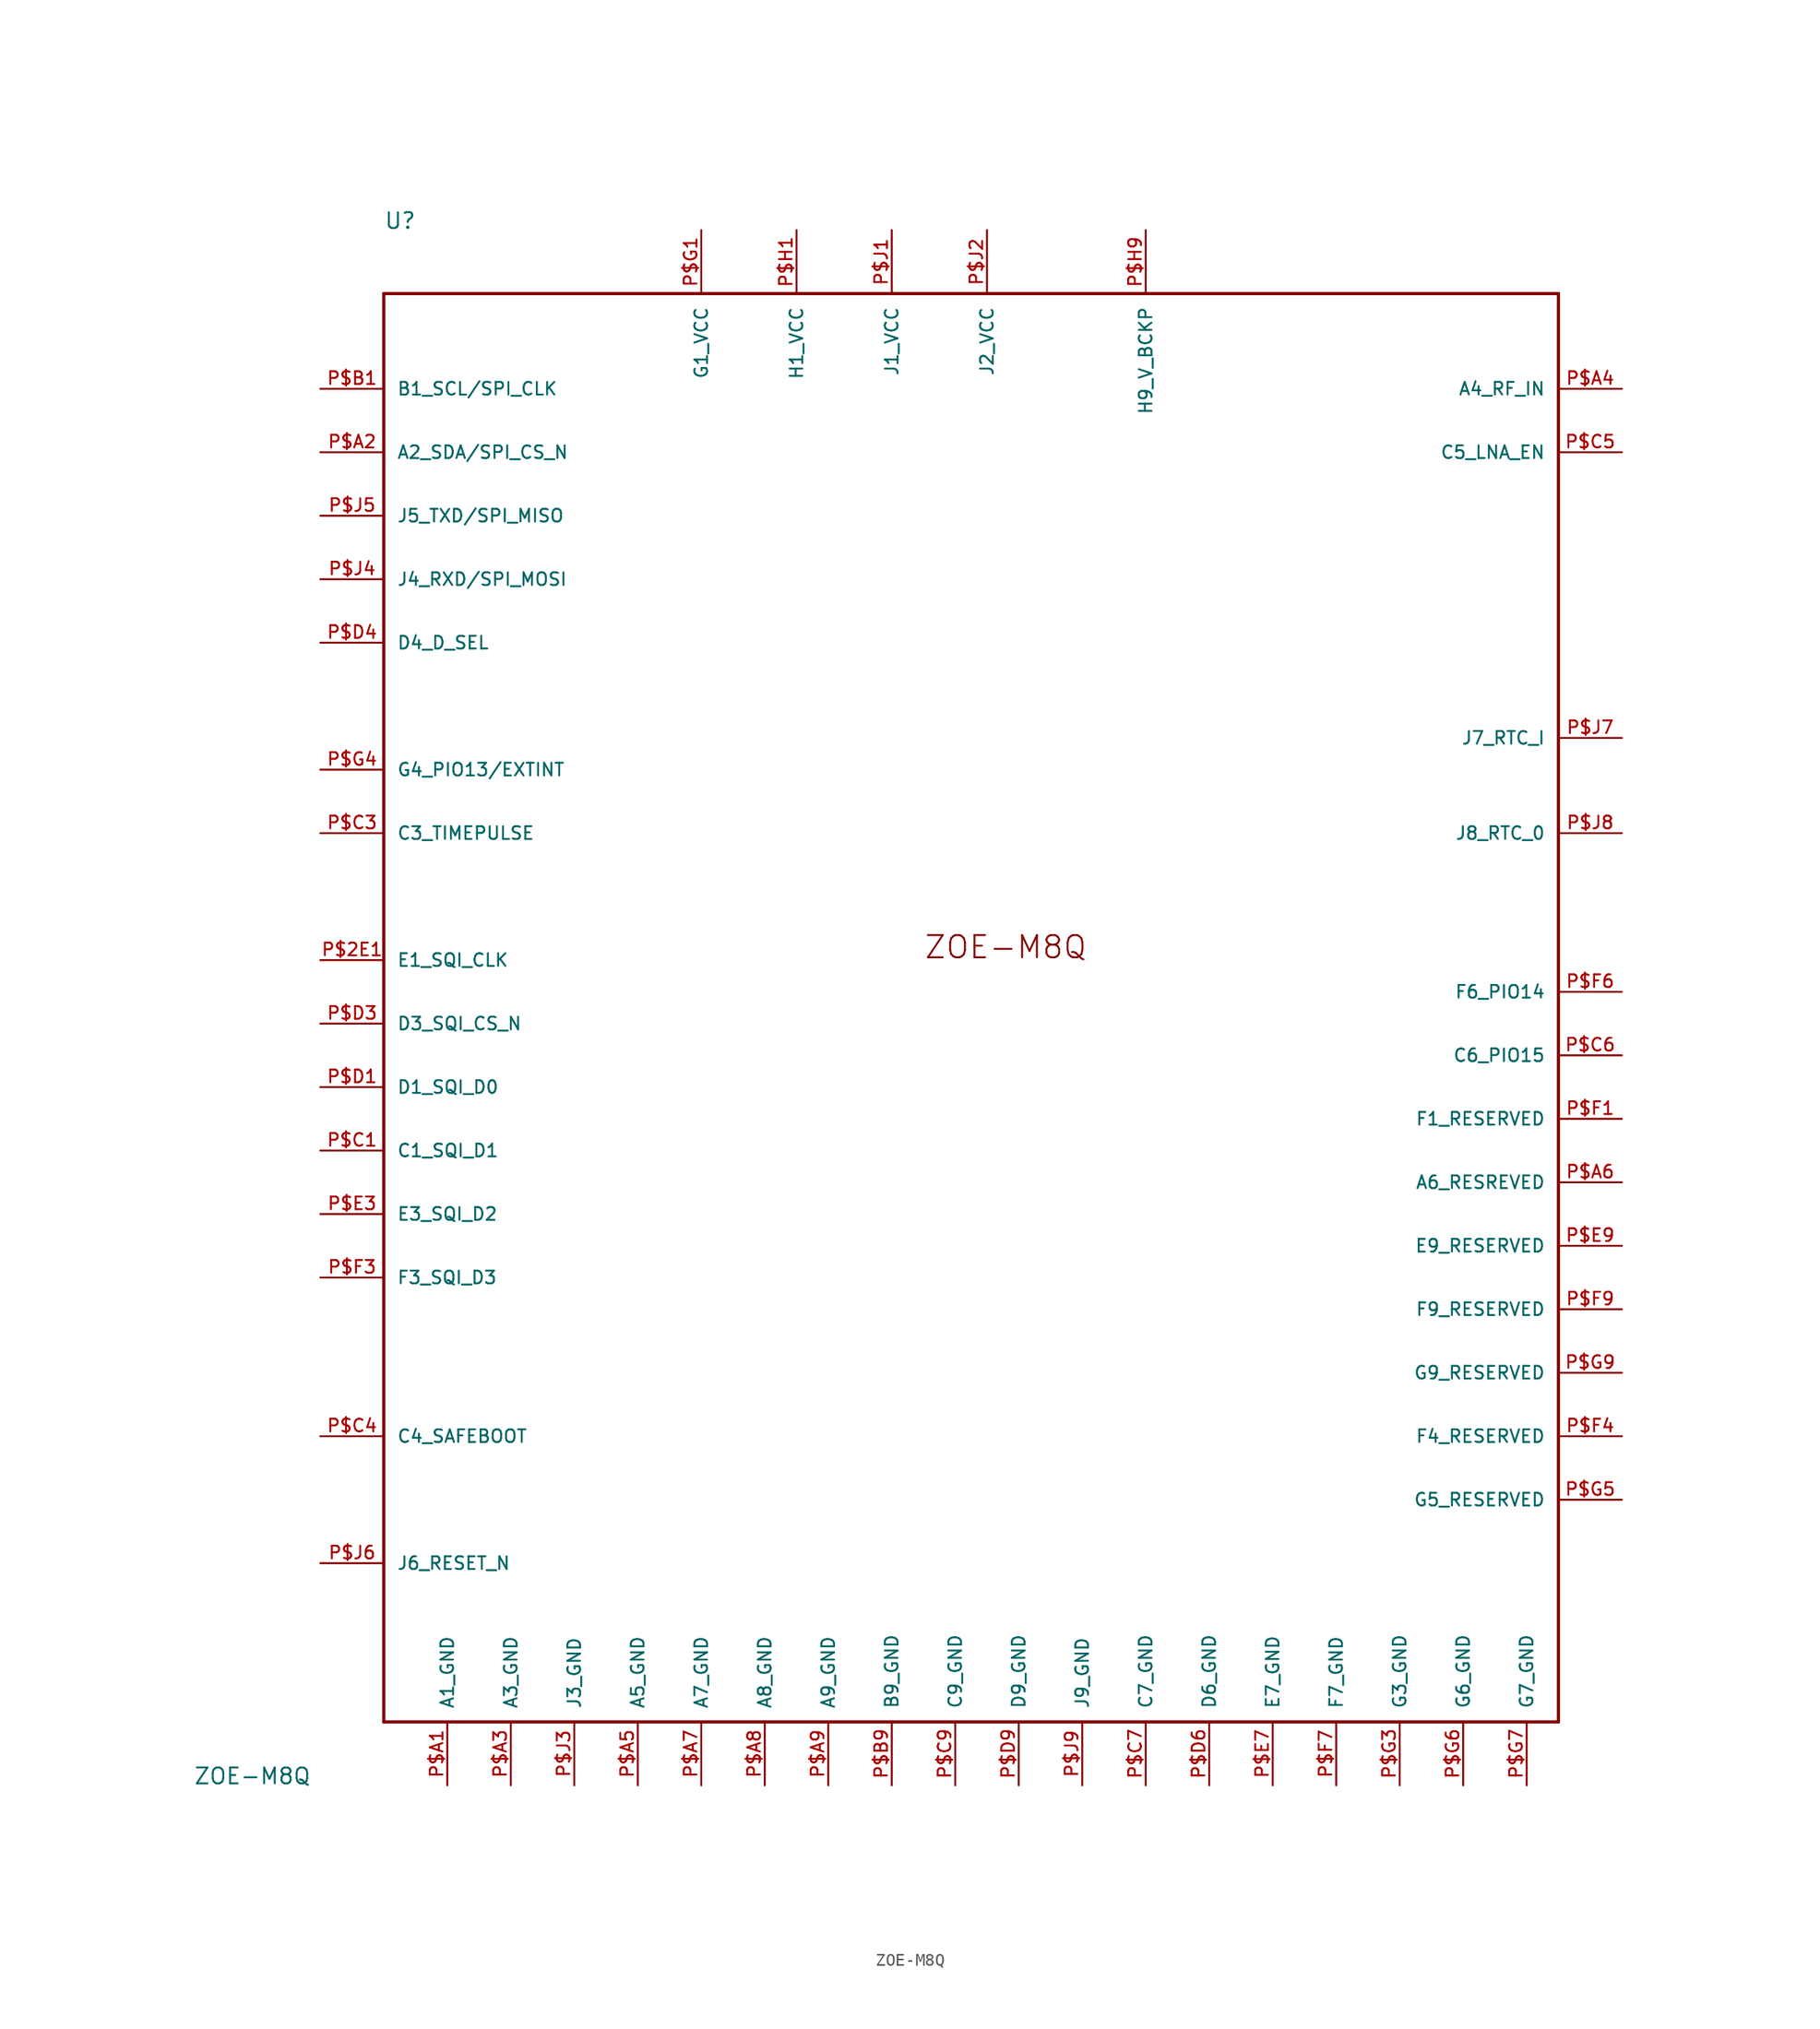
<source format=kicad_sym>
(kicad_symbol_lib
  (version 20211014)
  (generator kicad_symbol_editor)
  (symbol "ZOE-M8Q"
    (pin_names
      (offset 1.016))
    (property "Reference" "U"
      (at -71.12 93.98 0)
      (effects (font (size 1.27 1.27)) (justify left bottom)))
    (property "Value" "ZOE-M8Q"
      (at -86.36 -30.48 0)
      (effects (font (size 1.27 1.27)) (justify left bottom)))
    (property "ki_locked" ""
      (at 0 0 0)
      (effects (font (size 1.27 1.27))))
    (symbol "ZOE-M8Q_0_0"
      (polyline (pts (xy -71.12 -25.4) (xy 22.86 -25.4)) (stroke (width 0.254) (type default) (color 0 0 0 0)) (fill (type none)))
      (polyline (pts (xy -71.12 88.9) (xy -71.12 -25.4)) (stroke (width 0.254) (type default) (color 0 0 0 0)) (fill (type none)))
      (polyline (pts (xy 22.86 88.9) (xy -71.12 88.9)) (stroke (width 0.254) (type default) (color 0 0 0 0)) (fill (type none)))
      (polyline (pts (xy 22.86 88.9) (xy 22.86 -25.4)) (stroke (width 0.254) (type default) (color 0 0 0 0)) (fill (type none)))
      (text "ZOE-M8Q" (at -27.94 35.56 0) (effects (font (size 1.778 1.778)) (justify left bottom)))
      (pin bidirectional line (at -76.2 35.56 0) (length 5.08) (name "E1_SQI_CLK" (effects (font (size 1.016 1.016)))) (number "P$2E1" (effects (font (size 1.016 1.016)))))
      (pin power_in line (at -66.04 -30.48 90) (length 5.08) (name "A1_GND" (effects (font (size 1.016 1.016)))) (number "P$A1" (effects (font (size 1.016 1.016)))))
      (pin bidirectional line (at -76.2 76.2 0) (length 5.08) (name "A2_SDA/SPI_CS_N" (effects (font (size 1.016 1.016)))) (number "P$A2" (effects (font (size 1.016 1.016)))))
      (pin power_in line (at -60.96 -30.48 90) (length 5.08) (name "A3_GND" (effects (font (size 1.016 1.016)))) (number "P$A3" (effects (font (size 1.016 1.016)))))
      (pin input line (at 27.94 81.28 180) (length 5.08) (name "A4_RF_IN" (effects (font (size 1.016 1.016)))) (number "P$A4" (effects (font (size 1.016 1.016)))))
      (pin power_in line (at -50.8 -30.48 90) (length 5.08) (name "A5_GND" (effects (font (size 1.016 1.016)))) (number "P$A5" (effects (font (size 1.016 1.016)))))
      (pin bidirectional line (at 27.94 17.78 180) (length 5.08) (name "A6_RESREVED" (effects (font (size 1.016 1.016)))) (number "P$A6" (effects (font (size 1.016 1.016)))))
      (pin power_in line (at -45.72 -30.48 90) (length 5.08) (name "A7_GND" (effects (font (size 1.016 1.016)))) (number "P$A7" (effects (font (size 1.016 1.016)))))
      (pin power_in line (at -40.64 -30.48 90) (length 5.08) (name "A8_GND" (effects (font (size 1.016 1.016)))) (number "P$A8" (effects (font (size 1.016 1.016)))))
      (pin power_in line (at -35.56 -30.48 90) (length 5.08) (name "A9_GND" (effects (font (size 1.016 1.016)))) (number "P$A9" (effects (font (size 1.016 1.016)))))
      (pin bidirectional line (at -76.2 81.28 0) (length 5.08) (name "B1_SCL/SPI_CLK" (effects (font (size 1.016 1.016)))) (number "P$B1" (effects (font (size 1.016 1.016)))))
      (pin power_in line (at -30.48 -30.48 90) (length 5.08) (name "B9_GND" (effects (font (size 1.016 1.016)))) (number "P$B9" (effects (font (size 1.016 1.016)))))
      (pin bidirectional line (at -76.2 20.32 0) (length 5.08) (name "C1_SQI_D1" (effects (font (size 1.016 1.016)))) (number "P$C1" (effects (font (size 1.016 1.016)))))
      (pin bidirectional line (at -76.2 45.72 0) (length 5.08) (name "C3_TIMEPULSE" (effects (font (size 1.016 1.016)))) (number "P$C3" (effects (font (size 1.016 1.016)))))
      (pin bidirectional line (at -76.2 -2.54 0) (length 5.08) (name "C4_SAFEBOOT" (effects (font (size 1.016 1.016)))) (number "P$C4" (effects (font (size 1.016 1.016)))))
      (pin bidirectional line (at 27.94 76.2 180) (length 5.08) (name "C5_LNA_EN" (effects (font (size 1.016 1.016)))) (number "P$C5" (effects (font (size 1.016 1.016)))))
      (pin bidirectional line (at 27.94 27.94 180) (length 5.08) (name "C6_PIO15" (effects (font (size 1.016 1.016)))) (number "P$C6" (effects (font (size 1.016 1.016)))))
      (pin power_in line (at -10.16 -30.48 90) (length 5.08) (name "C7_GND" (effects (font (size 1.016 1.016)))) (number "P$C7" (effects (font (size 1.016 1.016)))))
      (pin power_in line (at -25.4 -30.48 90) (length 5.08) (name "C9_GND" (effects (font (size 1.016 1.016)))) (number "P$C9" (effects (font (size 1.016 1.016)))))
      (pin bidirectional line (at -76.2 25.4 0) (length 5.08) (name "D1_SQI_D0" (effects (font (size 1.016 1.016)))) (number "P$D1" (effects (font (size 1.016 1.016)))))
      (pin bidirectional line (at -76.2 30.48 0) (length 5.08) (name "D3_SQI_CS_N" (effects (font (size 1.016 1.016)))) (number "P$D3" (effects (font (size 1.016 1.016)))))
      (pin bidirectional line (at -76.2 60.96 0) (length 5.08) (name "D4_D_SEL" (effects (font (size 1.016 1.016)))) (number "P$D4" (effects (font (size 1.016 1.016)))))
      (pin power_in line (at -5.08 -30.48 90) (length 5.08) (name "D6_GND" (effects (font (size 1.016 1.016)))) (number "P$D6" (effects (font (size 1.016 1.016)))))
      (pin power_in line (at -20.32 -30.48 90) (length 5.08) (name "D9_GND" (effects (font (size 1.016 1.016)))) (number "P$D9" (effects (font (size 1.016 1.016)))))
      (pin bidirectional line (at -76.2 15.24 0) (length 5.08) (name "E3_SQI_D2" (effects (font (size 1.016 1.016)))) (number "P$E3" (effects (font (size 1.016 1.016)))))
      (pin power_in line (at 0 -30.48 90) (length 5.08) (name "E7_GND" (effects (font (size 1.016 1.016)))) (number "P$E7" (effects (font (size 1.016 1.016)))))
      (pin bidirectional line (at 27.94 12.7 180) (length 5.08) (name "E9_RESERVED" (effects (font (size 1.016 1.016)))) (number "P$E9" (effects (font (size 1.016 1.016)))))
      (pin bidirectional line (at 27.94 22.86 180) (length 5.08) (name "F1_RESERVED" (effects (font (size 1.016 1.016)))) (number "P$F1" (effects (font (size 1.016 1.016)))))
      (pin bidirectional line (at -76.2 10.16 0) (length 5.08) (name "F3_SQI_D3" (effects (font (size 1.016 1.016)))) (number "P$F3" (effects (font (size 1.016 1.016)))))
      (pin bidirectional line (at 27.94 -2.54 180) (length 5.08) (name "F4_RESERVED" (effects (font (size 1.016 1.016)))) (number "P$F4" (effects (font (size 1.016 1.016)))))
      (pin bidirectional line (at 27.94 33.02 180) (length 5.08) (name "F6_PIO14" (effects (font (size 1.016 1.016)))) (number "P$F6" (effects (font (size 1.016 1.016)))))
      (pin power_in line (at 5.08 -30.48 90) (length 5.08) (name "F7_GND" (effects (font (size 1.016 1.016)))) (number "P$F7" (effects (font (size 1.016 1.016)))))
      (pin bidirectional line (at 27.94 7.62 180) (length 5.08) (name "F9_RESERVED" (effects (font (size 1.016 1.016)))) (number "P$F9" (effects (font (size 1.016 1.016)))))
      (pin power_in line (at -45.72 93.98 270) (length 5.08) (name "G1_VCC" (effects (font (size 1.016 1.016)))) (number "P$G1" (effects (font (size 1.016 1.016)))))
      (pin power_in line (at 10.16 -30.48 90) (length 5.08) (name "G3_GND" (effects (font (size 1.016 1.016)))) (number "P$G3" (effects (font (size 1.016 1.016)))))
      (pin bidirectional line (at -76.2 50.8 0) (length 5.08) (name "G4_PIO13/EXTINT" (effects (font (size 1.016 1.016)))) (number "P$G4" (effects (font (size 1.016 1.016)))))
      (pin bidirectional line (at 27.94 -7.62 180) (length 5.08) (name "G5_RESERVED" (effects (font (size 1.016 1.016)))) (number "P$G5" (effects (font (size 1.016 1.016)))))
      (pin power_in line (at 15.24 -30.48 90) (length 5.08) (name "G6_GND" (effects (font (size 1.016 1.016)))) (number "P$G6" (effects (font (size 1.016 1.016)))))
      (pin power_in line (at 20.32 -30.48 90) (length 5.08) (name "G7_GND" (effects (font (size 1.016 1.016)))) (number "P$G7" (effects (font (size 1.016 1.016)))))
      (pin bidirectional line (at 27.94 2.54 180) (length 5.08) (name "G9_RESERVED" (effects (font (size 1.016 1.016)))) (number "P$G9" (effects (font (size 1.016 1.016)))))
      (pin power_in line (at -38.1 93.98 270) (length 5.08) (name "H1_VCC" (effects (font (size 1.016 1.016)))) (number "P$H1" (effects (font (size 1.016 1.016)))))
      (pin power_in line (at -10.16 93.98 270) (length 5.08) (name "H9_V_BCKP" (effects (font (size 1.016 1.016)))) (number "P$H9" (effects (font (size 1.016 1.016)))))
      (pin power_in line (at -30.48 93.98 270) (length 5.08) (name "J1_VCC" (effects (font (size 1.016 1.016)))) (number "P$J1" (effects (font (size 1.016 1.016)))))
      (pin power_in line (at -22.86 93.98 270) (length 5.08) (name "J2_VCC" (effects (font (size 1.016 1.016)))) (number "P$J2" (effects (font (size 1.016 1.016)))))
      (pin power_in line (at -55.88 -30.48 90) (length 5.08) (name "J3_GND" (effects (font (size 1.016 1.016)))) (number "P$J3" (effects (font (size 1.016 1.016)))))
      (pin bidirectional line (at -76.2 66.04 0) (length 5.08) (name "J4_RXD/SPI_MOSI" (effects (font (size 1.016 1.016)))) (number "P$J4" (effects (font (size 1.016 1.016)))))
      (pin bidirectional line (at -76.2 71.12 0) (length 5.08) (name "J5_TXD/SPI_MISO" (effects (font (size 1.016 1.016)))) (number "P$J5" (effects (font (size 1.016 1.016)))))
      (pin bidirectional line (at -76.2 -12.7 0) (length 5.08) (name "J6_RESET_N" (effects (font (size 1.016 1.016)))) (number "P$J6" (effects (font (size 1.016 1.016)))))
      (pin bidirectional line (at 27.94 53.34 180) (length 5.08) (name "J7_RTC_I" (effects (font (size 1.016 1.016)))) (number "P$J7" (effects (font (size 1.016 1.016)))))
      (pin bidirectional line (at 27.94 45.72 180) (length 5.08) (name "J8_RTC_0" (effects (font (size 1.016 1.016)))) (number "P$J8" (effects (font (size 1.016 1.016)))))
      (pin power_in line (at -15.24 -30.48 90) (length 5.08) (name "J9_GND" (effects (font (size 1.016 1.016)))) (number "P$J9" (effects (font (size 1.016 1.016))))))))
</source>
